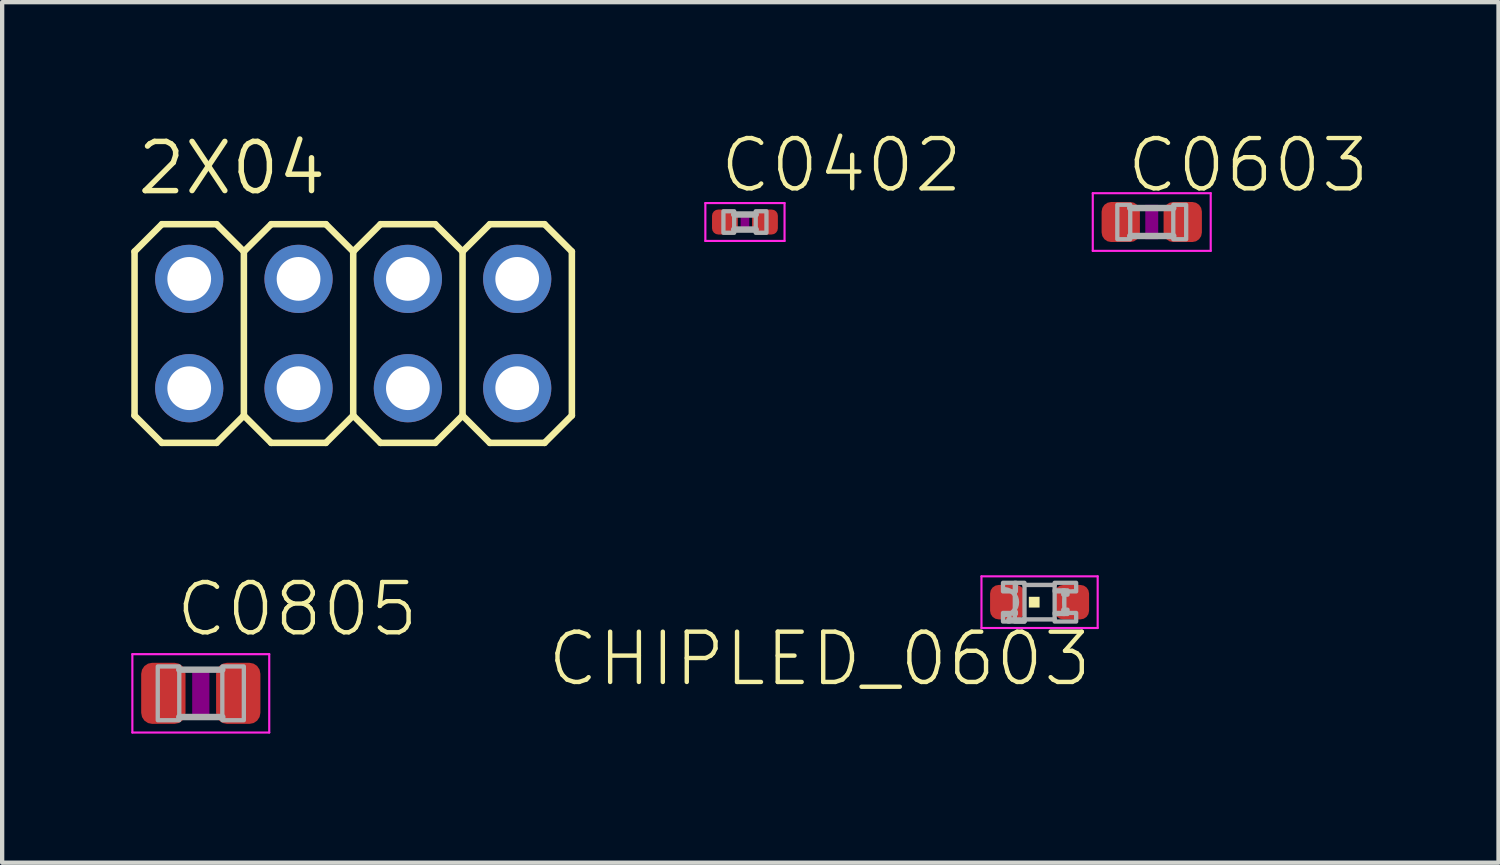
<source format=kicad_pcb>
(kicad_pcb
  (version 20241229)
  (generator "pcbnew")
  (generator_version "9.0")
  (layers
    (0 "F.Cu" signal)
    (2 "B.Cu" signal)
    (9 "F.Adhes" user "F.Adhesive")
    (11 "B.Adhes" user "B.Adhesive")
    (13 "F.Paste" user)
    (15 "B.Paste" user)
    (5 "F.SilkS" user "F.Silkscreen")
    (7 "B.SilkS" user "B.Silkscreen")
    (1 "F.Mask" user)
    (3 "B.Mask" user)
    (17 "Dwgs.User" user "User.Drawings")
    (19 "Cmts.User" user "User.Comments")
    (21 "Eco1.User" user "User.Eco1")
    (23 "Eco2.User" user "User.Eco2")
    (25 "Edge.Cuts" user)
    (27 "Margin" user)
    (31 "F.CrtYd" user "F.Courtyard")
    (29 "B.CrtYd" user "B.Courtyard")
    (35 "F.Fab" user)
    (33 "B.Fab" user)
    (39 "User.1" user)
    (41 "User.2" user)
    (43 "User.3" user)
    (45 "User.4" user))
  (footprint "2X04"
    (layer "F.Cu")
    (at 5.156 4.699)
    (property "Reference" "2X04" (at -5.08 -3.175 0) (layer "F.SilkS") (effects (font (size 1.143 1.143) (thickness 0.127)) (justify left bottom)))
    (fp_line (start -5.08 -1.905) (end -4.445 -2.54) (stroke (width 0.152) (type solid)) (layer "F.SilkS"))
    (fp_line (start -5.08 1.905) (end -5.08 -1.905) (stroke (width 0.152) (type solid)) (layer "F.SilkS"))
    (fp_line (start -5.08 1.905) (end -4.445 2.54) (stroke (width 0.152) (type solid)) (layer "F.SilkS"))
    (fp_line (start -4.445 -2.54) (end -3.175 -2.54) (stroke (width 0.152) (type solid)) (layer "F.SilkS"))
    (fp_line (start -4.445 2.54) (end -3.175 2.54) (stroke (width 0.152) (type solid)) (layer "F.SilkS"))
    (fp_line (start -3.175 -2.54) (end -2.54 -1.905) (stroke (width 0.152) (type solid)) (layer "F.SilkS"))
    (fp_line (start -3.175 2.54) (end -2.54 1.905) (stroke (width 0.152) (type solid)) (layer "F.SilkS"))
    (fp_line (start -2.54 -1.905) (end -2.54 1.905) (stroke (width 0.152) (type solid)) (layer "F.SilkS"))
    (fp_line (start -2.54 -1.905) (end -1.905 -2.54) (stroke (width 0.152) (type solid)) (layer "F.SilkS"))
    (fp_line (start -2.54 1.905) (end -1.905 2.54) (stroke (width 0.152) (type solid)) (layer "F.SilkS"))
    (fp_line (start -1.905 -2.54) (end -0.635 -2.54) (stroke (width 0.152) (type solid)) (layer "F.SilkS"))
    (fp_line (start -1.905 2.54) (end -0.635 2.54) (stroke (width 0.152) (type solid)) (layer "F.SilkS"))
    (fp_line (start -0.635 -2.54) (end 0 -1.905) (stroke (width 0.152) (type solid)) (layer "F.SilkS"))
    (fp_line (start -0.635 2.54) (end 0 1.905) (stroke (width 0.152) (type solid)) (layer "F.SilkS"))
    (fp_line (start 0 -1.905) (end 0 1.905) (stroke (width 0.152) (type solid)) (layer "F.SilkS"))
    (fp_line (start 0 -1.905) (end 0.635 -2.54) (stroke (width 0.152) (type solid)) (layer "F.SilkS"))
    (fp_line (start 0 1.905) (end 0.635 2.54) (stroke (width 0.152) (type solid)) (layer "F.SilkS"))
    (fp_line (start 0.635 -2.54) (end 1.905 -2.54) (stroke (width 0.152) (type solid)) (layer "F.SilkS"))
    (fp_line (start 0.635 2.54) (end 1.905 2.54) (stroke (width 0.152) (type solid)) (layer "F.SilkS"))
    (fp_line (start 1.905 -2.54) (end 2.54 -1.905) (stroke (width 0.152) (type solid)) (layer "F.SilkS"))
    (fp_line (start 1.905 2.54) (end 2.54 1.905) (stroke (width 0.152) (type solid)) (layer "F.SilkS"))
    (fp_line (start 2.54 -1.905) (end 2.54 1.905) (stroke (width 0.152) (type solid)) (layer "F.SilkS"))
    (fp_line (start 2.54 -1.905) (end 3.175 -2.54) (stroke (width 0.152) (type solid)) (layer "F.SilkS"))
    (fp_line (start 2.54 1.905) (end 3.175 2.54) (stroke (width 0.152) (type solid)) (layer "F.SilkS"))
    (fp_line (start 3.175 -2.54) (end 4.445 -2.54) (stroke (width 0.152) (type solid)) (layer "F.SilkS"))
    (fp_line (start 3.175 2.54) (end 4.445 2.54) (stroke (width 0.152) (type solid)) (layer "F.SilkS"))
    (fp_line (start 4.445 -2.54) (end 5.08 -1.905) (stroke (width 0.152) (type solid)) (layer "F.SilkS"))
    (fp_line (start 4.445 2.54) (end 5.08 1.905) (stroke (width 0.152) (type solid)) (layer "F.SilkS"))
    (fp_line (start 5.08 -1.905) (end 5.08 1.905) (stroke (width 0.152) (type solid)) (layer "F.SilkS"))
    (fp_poly (pts (xy -4.064 -1.016) (xy -3.556 -1.016) (xy -3.556 -1.524) (xy -4.064 -1.524)) (stroke (width 0.1) (type solid)) (fill no) (layer "F.Fab"))
    (fp_poly (pts (xy -4.064 1.524) (xy -3.556 1.524) (xy -3.556 1.016) (xy -4.064 1.016)) (stroke (width 0.1) (type solid)) (fill no) (layer "F.Fab"))
    (fp_poly (pts (xy -1.524 -1.016) (xy -1.016 -1.016) (xy -1.016 -1.524) (xy -1.524 -1.524)) (stroke (width 0.1) (type solid)) (fill no) (layer "F.Fab"))
    (fp_poly (pts (xy -1.524 1.524) (xy -1.016 1.524) (xy -1.016 1.016) (xy -1.524 1.016)) (stroke (width 0.1) (type solid)) (fill no) (layer "F.Fab"))
    (fp_poly (pts (xy 1.016 -1.016) (xy 1.524 -1.016) (xy 1.524 -1.524) (xy 1.016 -1.524)) (stroke (width 0.1) (type solid)) (fill no) (layer "F.Fab"))
    (fp_poly (pts (xy 1.016 1.524) (xy 1.524 1.524) (xy 1.524 1.016) (xy 1.016 1.016)) (stroke (width 0.1) (type solid)) (fill no) (layer "F.Fab"))
    (fp_poly (pts (xy 3.556 -1.016) (xy 4.064 -1.016) (xy 4.064 -1.524) (xy 3.556 -1.524)) (stroke (width 0.1) (type solid)) (fill no) (layer "F.Fab"))
    (fp_poly (pts (xy 3.556 1.524) (xy 4.064 1.524) (xy 4.064 1.016) (xy 3.556 1.016)) (stroke (width 0.1) (type solid)) (fill no) (layer "F.Fab"))
    (pad "1" thru_hole circle (at -3.81 1.27) (size 1.585 1.585) (drill 1.016) (layers "*.Cu" "*.Mask"))
    (pad "2" thru_hole circle (at -3.81 -1.27) (size 1.585 1.585) (drill 1.016) (layers "*.Cu" "*.Mask"))
    (pad "3" thru_hole circle (at -1.27 1.27) (size 1.585 1.585) (drill 1.016) (layers "*.Cu" "*.Mask"))
    (pad "4" thru_hole circle (at -1.27 -1.27) (size 1.585 1.585) (drill 1.016) (layers "*.Cu" "*.Mask"))
    (pad "5" thru_hole circle (at 1.27 1.27) (size 1.585 1.585) (drill 1.016) (layers "*.Cu" "*.Mask"))
    (pad "6" thru_hole circle (at 1.27 -1.27) (size 1.585 1.585) (drill 1.016) (layers "*.Cu" "*.Mask"))
    (pad "7" thru_hole circle (at 3.81 1.27) (size 1.585 1.585) (drill 1.016) (layers "*.Cu" "*.Mask"))
    (pad "8" thru_hole circle (at 3.81 -1.27) (size 1.585 1.585) (drill 1.016) (layers "*.Cu" "*.Mask")))
  (footprint "C0805"
    (layer "F.Cu")
    (at 1.615 13.058)
    (property "Reference" "C0805" (at -0.635 -1.27 0) (layer "F.SilkS") (effects (font (size 1.168 1.168) (thickness 0.102)) (justify left bottom)))
    (fp_poly (pts (xy -0.2 0.5) (xy 0.2 0.5) (xy 0.2 -0.5) (xy -0.2 -0.5)) (stroke (width 0) (type solid)) (fill yes) (layer "F.Adhes"))
    (fp_line (start -1.59 -0.91) (end 1.59 -0.91) (stroke (width 0.05) (type solid)) (layer "F.CrtYd"))
    (fp_line (start -1.59 0.91) (end -1.59 -0.91) (stroke (width 0.05) (type solid)) (layer "F.CrtYd"))
    (fp_line (start 1.59 -0.91) (end 1.59 0.91) (stroke (width 0.05) (type solid)) (layer "F.CrtYd"))
    (fp_line (start 1.59 0.91) (end -1.59 0.91) (stroke (width 0.05) (type solid)) (layer "F.CrtYd"))
    (fp_line (start -0.5 -0.55) (end 0.5 -0.55) (stroke (width 0.15) (type solid)) (layer "F.Fab"))
    (fp_line (start -0.5 0.55) (end 0.5 0.55) (stroke (width 0.15) (type solid)) (layer "F.Fab"))
    (fp_poly (pts (xy -1 0.625) (xy -0.5 0.625) (xy -0.5 -0.625) (xy -1 -0.625)) (stroke (width 0.1) (type solid)) (fill no) (layer "F.Fab"))
    (fp_poly (pts (xy 0.5 0.625) (xy 1 0.625) (xy 1 -0.625) (xy 0.5 -0.625)) (stroke (width 0.1) (type solid)) (fill no) (layer "F.Fab"))
    (pad "1" smd roundrect (at -0.87 0 180) (size 1.03 1.42) (layers "F.Cu" "F.Mask" "F.Paste") (roundrect_rratio 0.25))
    (pad "2" smd roundrect (at 0.87 0) (size 1.03 1.42) (layers "F.Cu" "F.Mask" "F.Paste") (roundrect_rratio 0.25)))
  (footprint "CHIPLED_0603"
    (layer "F.Cu")
    (at 21.102 10.94)
    (property "Reference" "CHIPLED_0603" (at 1.27 0.635 0) (layer "F.SilkS") (effects (font (size 1.168 1.168) (thickness 0.102)) (justify right top)))
    (fp_poly (pts (xy 0 -0.125) (xy -0.25 -0.125) (xy -0.25 0.125) (xy 0 0.125)) (stroke (width 0) (type solid)) (fill yes) (layer "F.SilkS"))
    (fp_line (start -1.35 -0.6) (end 1.35 -0.6) (stroke (width 0.05) (type solid)) (layer "F.CrtYd"))
    (fp_line (start -1.35 0.6) (end -1.35 -0.6) (stroke (width 0.05) (type solid)) (layer "F.CrtYd"))
    (fp_line (start 1.35 -0.6) (end 1.35 0.6) (stroke (width 0.05) (type solid)) (layer "F.CrtYd"))
    (fp_line (start 1.35 0.6) (end -1.35 0.6) (stroke (width 0.05) (type solid)) (layer "F.CrtYd"))
    (fp_line (start -0.375 0.4) (end 0.35 0.4) (stroke (width 0.102) (type solid)) (layer "F.Fab"))
    (fp_line (start -0.35 -0.4) (end 0.35 -0.4) (stroke (width 0.102) (type solid)) (layer "F.Fab"))
    (fp_arc (start -0.799998 -0.3) (mid -0.524966 0.000001) (end -0.8 0.3) (stroke (width 0.1016) (type solid)) (layer "F.Fab"))
    (fp_arc (start 0.825 0.275) (mid 0.55 0) (end 0.825 -0.275) (stroke (width 0.0508) (type solid)) (layer "F.Fab"))
    (fp_circle (center -0.625 0.35) (end -0.55 0.35) (stroke (width 0.051) (type solid)) (fill no) (layer "F.Fab"))
    (fp_poly (pts (xy -0.7 0.45) (xy -0.7 0.25) (xy -0.85 0.25) (xy -0.85 0.45)) (stroke (width 0.1) (type solid)) (fill no) (layer "F.Fab"))
    (fp_poly (pts (xy -0.55 -0.25) (xy -0.55 -0.45) (xy -0.85 -0.45) (xy -0.85 -0.25)) (stroke (width 0.1) (type solid)) (fill no) (layer "F.Fab"))
    (fp_poly (pts (xy -0.55 0.275) (xy -0.55 0.225) (xy -0.6 0.225) (xy -0.6 0.275)) (stroke (width 0.1) (type solid)) (fill no) (layer "F.Fab"))
    (fp_poly (pts (xy -0.35 0.45) (xy -0.35 -0.45) (xy -0.575 -0.45) (xy -0.575 0.45)) (stroke (width 0.1) (type solid)) (fill no) (layer "F.Fab"))
    (fp_poly (pts (xy -0.35 0.45) (xy -0.35 0.4) (xy -0.725 0.4) (xy -0.725 0.45)) (stroke (width 0.1) (type solid)) (fill no) (layer "F.Fab"))
    (fp_poly (pts (xy 0.575 0.275) (xy 0.575 -0.275) (xy 0.35 -0.275) (xy 0.35 0.275)) (stroke (width 0.1) (type solid)) (fill no) (layer "F.Fab"))
    (fp_poly (pts (xy 0.65 -0.175) (xy 0.65 -0.275) (xy 0.55 -0.275) (xy 0.55 -0.175)) (stroke (width 0.1) (type solid)) (fill no) (layer "F.Fab"))
    (fp_poly (pts (xy 0.65 0.275) (xy 0.65 0.175) (xy 0.55 0.175) (xy 0.55 0.275)) (stroke (width 0.1) (type solid)) (fill no) (layer "F.Fab"))
    (fp_poly (pts (xy 0.85 -0.25) (xy 0.85 -0.45) (xy 0.35 -0.45) (xy 0.35 -0.25)) (stroke (width 0.1) (type solid)) (fill no) (layer "F.Fab"))
    (fp_poly (pts (xy 0.85 0.45) (xy 0.85 0.25) (xy 0.35 0.25) (xy 0.35 0.45)) (stroke (width 0.1) (type solid)) (fill no) (layer "F.Fab"))
    (pad "A" smd roundrect (at 0.75 0 90) (size 0.8 0.8) (layers "F.Cu" "F.Mask" "F.Paste") (roundrect_rratio 0.25))
    (pad "C" smd roundrect (at -0.75 0 90) (size 0.8 0.8) (layers "F.Cu" "F.Mask" "F.Paste") (roundrect_rratio 0.25)))
  (footprint "C0603"
    (layer "F.Cu")
    (at 23.708 2.108)
    (property "Reference" "C0603" (at -0.635 -0.635 0) (layer "F.SilkS") (effects (font (size 1.168 1.168) (thickness 0.102)) (justify left bottom)))
    (fp_poly (pts (xy -0.15 0.4) (xy 0.15 0.4) (xy 0.15 -0.4) (xy -0.15 -0.4)) (stroke (width 0) (type solid)) (fill yes) (layer "F.Adhes"))
    (fp_line (start -1.37 -0.67) (end 1.37 -0.67) (stroke (width 0.05) (type solid)) (layer "F.CrtYd"))
    (fp_line (start -1.37 0.67) (end -1.37 -0.67) (stroke (width 0.05) (type solid)) (layer "F.CrtYd"))
    (fp_line (start 1.37 -0.67) (end 1.37 0.67) (stroke (width 0.05) (type solid)) (layer "F.CrtYd"))
    (fp_line (start 1.37 0.67) (end -1.37 0.67) (stroke (width 0.05) (type solid)) (layer "F.CrtYd"))
    (fp_line (start -0.5 0.325) (end 0.5 0.325) (stroke (width 0.15) (type solid)) (layer "F.Fab"))
    (fp_line (start 0.5 -0.325) (end -0.5 -0.325) (stroke (width 0.15) (type solid)) (layer "F.Fab"))
    (fp_poly (pts (xy -0.8 0.4) (xy -0.5 0.4) (xy -0.5 -0.4) (xy -0.8 -0.4)) (stroke (width 0.1) (type solid)) (fill no) (layer "F.Fab"))
    (fp_poly (pts (xy 0.5 0.4) (xy 0.8 0.4) (xy 0.8 -0.4) (xy 0.5 -0.4)) (stroke (width 0.1) (type solid)) (fill no) (layer "F.Fab"))
    (pad "1" smd roundrect (at -0.72 0 180) (size 0.89 0.93) (layers "F.Cu" "F.Mask" "F.Paste") (roundrect_rratio 0.25))
    (pad "2" smd roundrect (at 0.72 0) (size 0.89 0.93) (layers "F.Cu" "F.Mask" "F.Paste") (roundrect_rratio 0.25)))
  (footprint "C0402"
    (layer "F.Cu")
    (at 14.257 2.108)
    (property "Reference" "C0402" (at -0.635 -0.635 0) (layer "F.SilkS") (effects (font (size 1.168 1.168) (thickness 0.102)) (justify left bottom)))
    (fp_poly (pts (xy -0.1 0.2) (xy 0.1 0.2) (xy 0.1 -0.2) (xy -0.1 -0.2)) (stroke (width 0) (type solid)) (fill yes) (layer "F.Adhes"))
    (fp_line (start -0.92 -0.44) (end 0.92 -0.44) (stroke (width 0.05) (type solid)) (layer "F.CrtYd"))
    (fp_line (start -0.92 0.44) (end -0.92 -0.44) (stroke (width 0.05) (type solid)) (layer "F.CrtYd"))
    (fp_line (start 0.92 -0.44) (end 0.92 0.44) (stroke (width 0.05) (type solid)) (layer "F.CrtYd"))
    (fp_line (start 0.92 0.44) (end -0.92 0.44) (stroke (width 0.05) (type solid)) (layer "F.CrtYd"))
    (fp_line (start -0.25 -0.175) (end 0.25 -0.175) (stroke (width 0.15) (type solid)) (layer "F.Fab"))
    (fp_line (start 0.25 0.175) (end -0.25 0.175) (stroke (width 0.15) (type solid)) (layer "F.Fab"))
    (fp_poly (pts (xy -0.5 0.25) (xy -0.25 0.25) (xy -0.25 -0.25) (xy -0.5 -0.25)) (stroke (width 0.1) (type solid)) (fill no) (layer "F.Fab"))
    (fp_poly (pts (xy 0.25 0.25) (xy 0.5 0.25) (xy 0.5 -0.25) (xy 0.25 -0.25)) (stroke (width 0.1) (type solid)) (fill no) (layer "F.Fab"))
    (pad "1" smd roundrect (at -0.465 0 180) (size 0.6 0.58) (layers "F.Cu" "F.Mask" "F.Paste") (roundrect_rratio 0.25))
    (pad "2" smd roundrect (at 0.465 0) (size 0.6 0.58) (layers "F.Cu" "F.Mask" "F.Paste") (roundrect_rratio 0.25)))
  (gr_rect
    (start -3 -3)
    (end 31.764 16.993)
    (stroke (width 0.1) (type default))
    (fill no)
    (layer "Edge.Cuts")))
</source>
